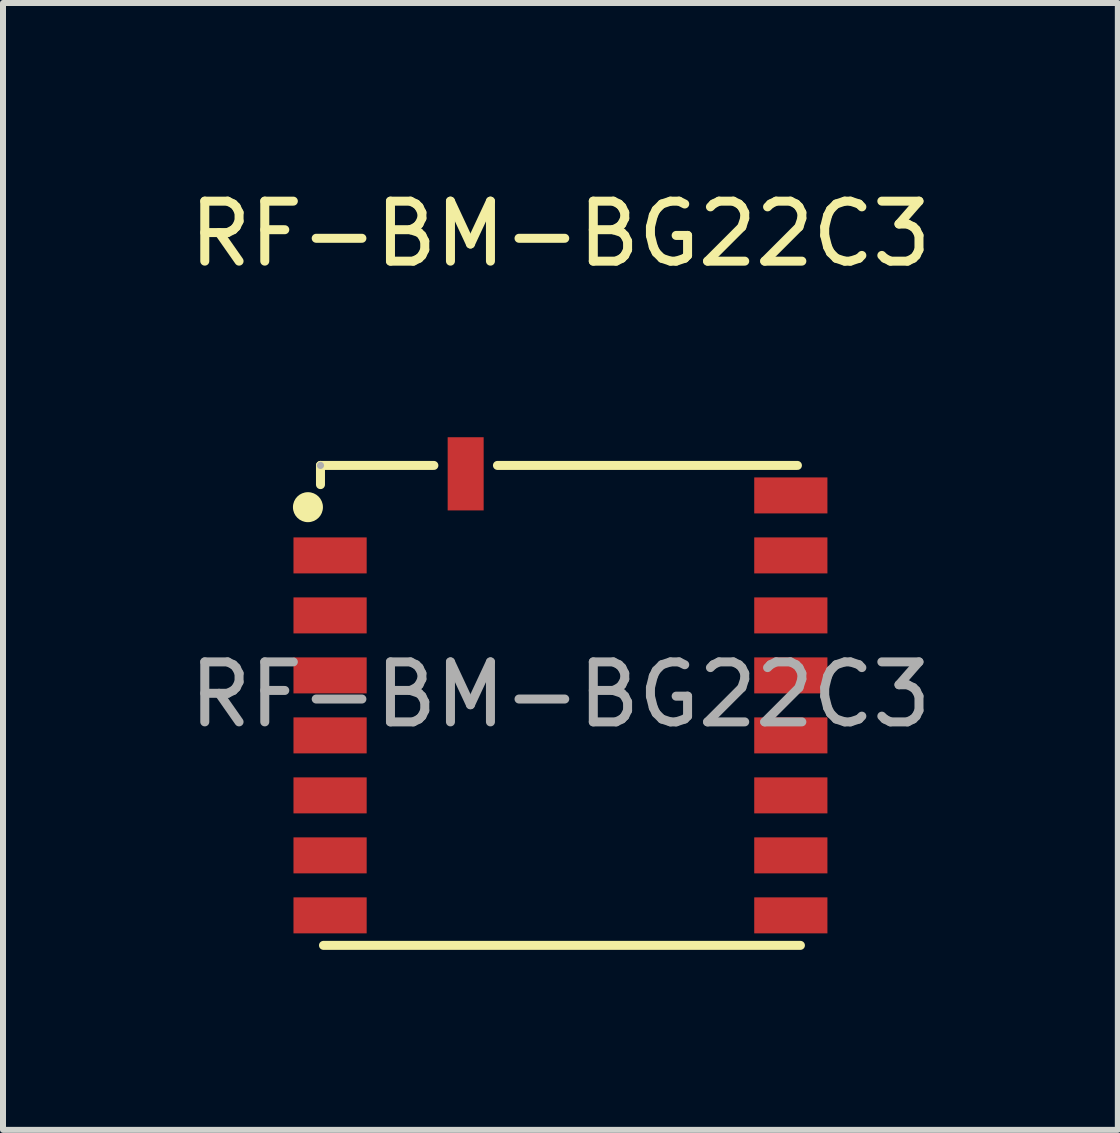
<source format=kicad_pcb>
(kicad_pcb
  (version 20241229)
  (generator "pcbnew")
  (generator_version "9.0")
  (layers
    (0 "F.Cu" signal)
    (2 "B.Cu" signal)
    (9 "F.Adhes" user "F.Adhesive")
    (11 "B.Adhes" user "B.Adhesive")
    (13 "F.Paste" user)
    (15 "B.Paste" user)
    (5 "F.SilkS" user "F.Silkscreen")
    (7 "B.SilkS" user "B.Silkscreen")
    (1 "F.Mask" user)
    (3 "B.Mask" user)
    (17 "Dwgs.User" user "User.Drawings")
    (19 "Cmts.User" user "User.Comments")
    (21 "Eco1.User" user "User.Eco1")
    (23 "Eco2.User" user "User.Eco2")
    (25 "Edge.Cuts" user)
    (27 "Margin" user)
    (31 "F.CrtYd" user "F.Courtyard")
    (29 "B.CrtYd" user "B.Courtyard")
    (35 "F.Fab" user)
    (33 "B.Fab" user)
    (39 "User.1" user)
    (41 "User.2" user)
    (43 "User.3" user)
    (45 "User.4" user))
  (footprint "RF-BM-BG22C3"
    (layer "F.Cu")
    (at 6.292 8.528)
    (property "Reference" "RF-BM-BG22C3" (at 0 -7.68 0) (layer "F.SilkS") (effects (font (size 1 1) (thickness 0.15))))
    (attr smd)
    (fp_line (start -4 -3.82) (end -4 -3.5) (stroke (width 0.15) (type solid)) (layer "F.SilkS"))
    (fp_line (start -4 -3.82) (end -2.11 -3.82) (stroke (width 0.15) (type solid)) (layer "F.SilkS"))
    (fp_line (start -1.05 -3.82) (end 3.95 -3.82) (stroke (width 0.15) (type solid)) (layer "F.SilkS"))
    (fp_line (start 4 4.18) (end -3.95 4.18) (stroke (width 0.15) (type solid)) (layer "F.SilkS"))
    (fp_circle (center -4.209 -3.124) (end -4.009 -3.124) (stroke (width 0.1) (type solid)) (fill yes) (layer "F.SilkS"))
    (fp_circle (center -4 -3.82) (end -3.97 -3.82) (stroke (width 0.06) (type solid)) (fill no) (layer "F.Fab"))
    (fp_text user "${REFERENCE}" (at 0 0 0) (layer "F.Fab") (effects (font (size 1 1) (thickness 0.15))))
    (pad "1" smd rect (at -3.84 -2.32) (size 1.22 0.6) (layers "F.Cu" "F.Mask" "F.Paste"))
    (pad "2" smd rect (at -3.84 -1.32) (size 1.22 0.6) (layers "F.Cu" "F.Mask" "F.Paste"))
    (pad "3" smd rect (at -3.84 -0.32) (size 1.22 0.6) (layers "F.Cu" "F.Mask" "F.Paste"))
    (pad "4" smd rect (at -3.84 0.68) (size 1.22 0.6) (layers "F.Cu" "F.Mask" "F.Paste"))
    (pad "5" smd rect (at -3.84 1.68) (size 1.22 0.6) (layers "F.Cu" "F.Mask" "F.Paste"))
    (pad "6" smd rect (at -3.84 2.68) (size 1.22 0.6) (layers "F.Cu" "F.Mask" "F.Paste"))
    (pad "7" smd rect (at -3.84 3.68) (size 1.22 0.6) (layers "F.Cu" "F.Mask" "F.Paste"))
    (pad "8" smd rect (at 3.84 3.68) (size 1.22 0.6) (layers "F.Cu" "F.Mask" "F.Paste"))
    (pad "9" smd rect (at 3.84 2.68) (size 1.22 0.6) (layers "F.Cu" "F.Mask" "F.Paste"))
    (pad "10" smd rect (at 3.84 1.68) (size 1.22 0.6) (layers "F.Cu" "F.Mask" "F.Paste"))
    (pad "11" smd rect (at 3.84 0.68) (size 1.22 0.6) (layers "F.Cu" "F.Mask" "F.Paste"))
    (pad "12" smd rect (at 3.84 -0.32) (size 1.22 0.6) (layers "F.Cu" "F.Mask" "F.Paste"))
    (pad "13" smd rect (at 3.84 -1.32) (size 1.22 0.6) (layers "F.Cu" "F.Mask" "F.Paste"))
    (pad "14" smd rect (at 3.84 -2.32) (size 1.22 0.6) (layers "F.Cu" "F.Mask" "F.Paste"))
    (pad "15" smd rect (at 3.84 -3.32) (size 1.22 0.6) (layers "F.Cu" "F.Mask" "F.Paste"))
    (pad "16" smd rect (at -1.58 -3.68 90) (size 1.22 0.6) (layers "F.Cu" "F.Mask" "F.Paste")))
  (gr_rect
    (start -3 -3)
    (end 15.583 15.783)
    (stroke (width 0.1) (type default))
    (fill no)
    (layer "Edge.Cuts")))
</source>
